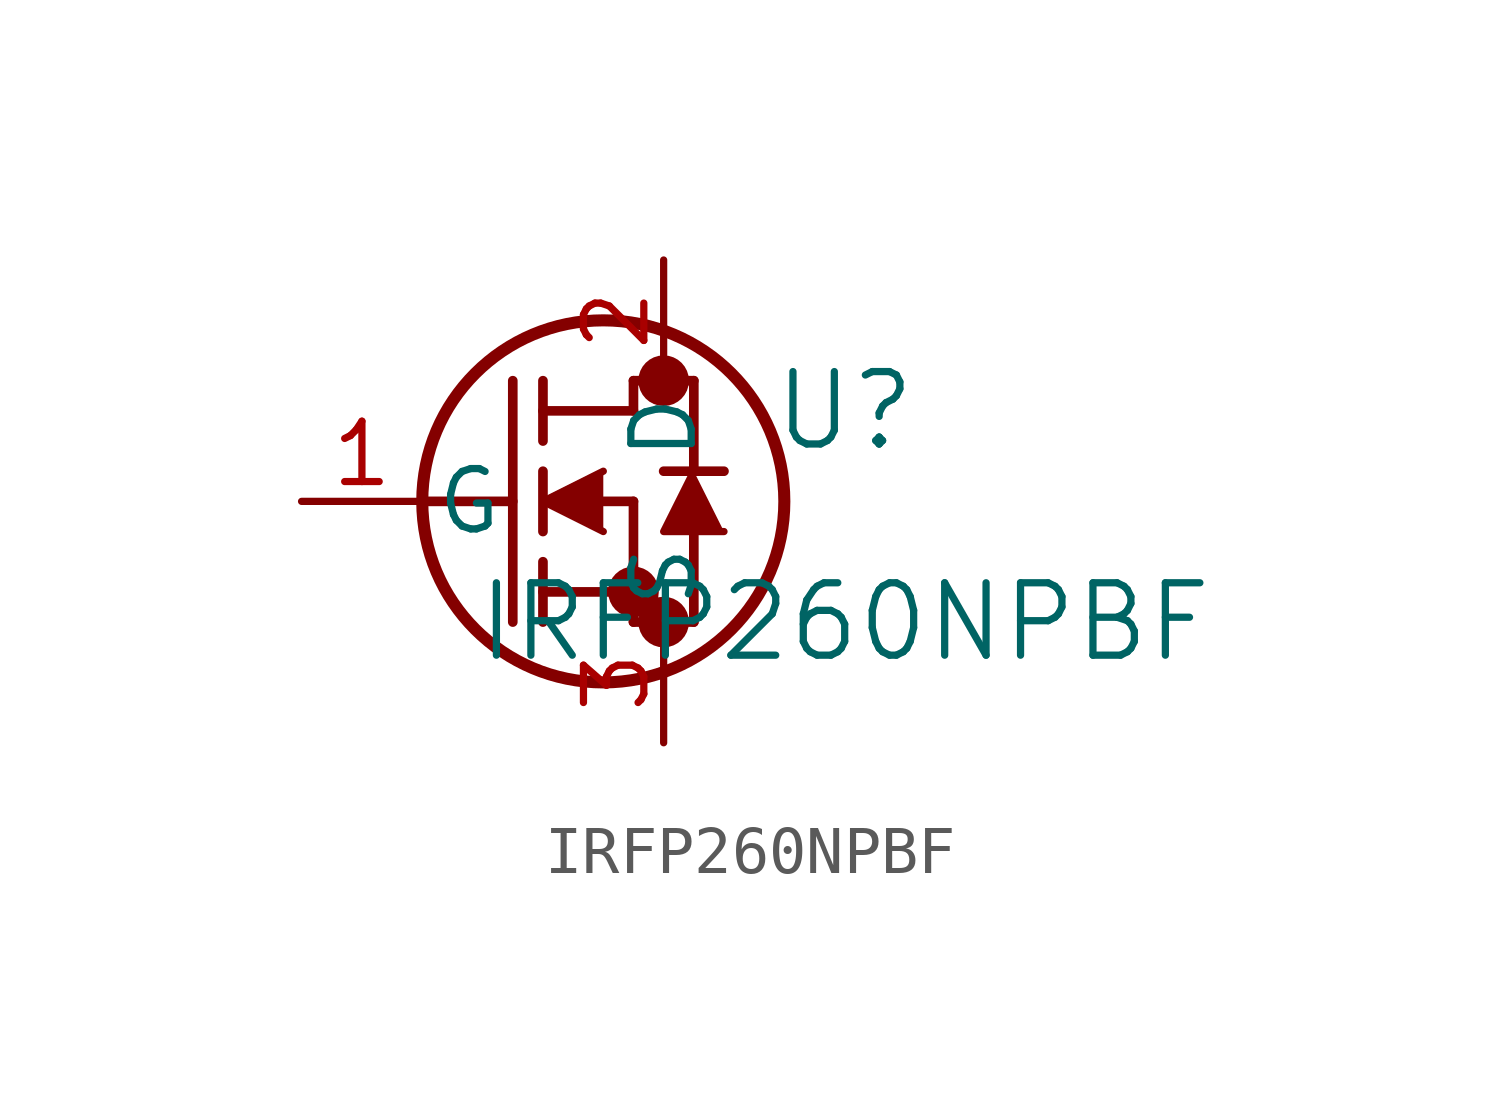
<source format=kicad_sym>
(kicad_symbol_lib
  (version 20211014)
  (generator kicad_symbol_editor)
  (symbol "IRFP260NPBF"
    (pin_names
      (offset 0.254))
    (property "Reference" "U"
      (at 11.43 1.905 0)
      (effects (font (size 1.524 1.524))))
    (property "Value" "IRFP260NPBF"
      (at 11.43 -2.54 0)
      (effects (font (size 1.524 1.524))))
    (symbol "IRFP260NPBF_0_1"
      (circle (center 7.62 2.54) (radius 0.025) (stroke (width 0.508) (type default) (color 0 0 0 0)) (fill (type none)))
      (circle (center 7.62 -2.54) (radius 0.025) (stroke (width 0.508) (type default) (color 0 0 0 0)) (fill (type none)))
      (circle (center 6.985 -1.905) (radius 0.025) (stroke (width 0.508) (type default) (color 0 0 0 0)) (fill (type none)))
      (circle (center 6.35 0) (radius 3.81) (stroke (width 0.254) (type default) (color 0 0 0 0)) (fill (type none)))
      (polyline (pts (xy 2.54 0) (xy 4.445 0)) (stroke (width 0.203) (type default) (color 0 0 0 0)) (fill (type none)))
      (polyline (pts (xy 4.445 -2.54) (xy 4.445 2.54)) (stroke (width 0.203) (type default) (color 0 0 0 0)) (fill (type none)))
      (polyline (pts (xy 5.08 -0.635) (xy 5.08 0.635)) (stroke (width 0.203) (type default) (color 0 0 0 0)) (fill (type none)))
      (polyline (pts (xy 5.08 -2.54) (xy 5.08 -1.27)) (stroke (width 0.203) (type default) (color 0 0 0 0)) (fill (type none)))
      (polyline (pts (xy 5.08 1.27) (xy 5.08 2.54)) (stroke (width 0.203) (type default) (color 0 0 0 0)) (fill (type none)))
      (polyline (pts (xy 6.35 0) (xy 6.985 0)) (stroke (width 0.203) (type default) (color 0 0 0 0)) (fill (type none)))
      (polyline (pts (xy 5.08 -1.905) (xy 6.985 -1.905)) (stroke (width 0.203) (type default) (color 0 0 0 0)) (fill (type none)))
      (polyline (pts (xy 6.985 -2.54) (xy 6.985 0)) (stroke (width 0.203) (type default) (color 0 0 0 0)) (fill (type none)))
      (polyline (pts (xy 6.985 -2.54) (xy 8.255 -2.54)) (stroke (width 0.203) (type default) (color 0 0 0 0)) (fill (type none)))
      (polyline (pts (xy 5.08 1.905) (xy 6.985 1.905)) (stroke (width 0.203) (type default) (color 0 0 0 0)) (fill (type none)))
      (polyline (pts (xy 8.255 0.635) (xy 8.255 2.54)) (stroke (width 0.203) (type default) (color 0 0 0 0)) (fill (type none)))
      (polyline (pts (xy 6.35 0.635) (xy 5.08 0) (xy 6.35 -0.635)) (stroke (width 0) (type default) (color 0 0 0 0)) (fill (type outline)))
      (polyline (pts (xy 8.89 -0.635) (xy 7.62 -0.635) (xy 8.255 0.635)) (stroke (width 0) (type default) (color 0 0 0 0)) (fill (type outline)))
      (polyline (pts (xy 8.255 -2.54) (xy 8.255 -0.635)) (stroke (width 0.203) (type default) (color 0 0 0 0)) (fill (type none)))
      (polyline (pts (xy 8.89 0.635) (xy 7.62 0.635)) (stroke (width 0.203) (type default) (color 0 0 0 0)) (fill (type none)))
      (polyline (pts (xy 6.985 2.54) (xy 8.255 2.54)) (stroke (width 0.203) (type default) (color 0 0 0 0)) (fill (type none)))
      (polyline (pts (xy 6.985 1.905) (xy 6.985 2.54)) (stroke (width 0.203) (type default) (color 0 0 0 0)) (fill (type none)))
      (pin unspecified line (at 0 0 0) (length 2.54) (name "G" (effects (font (size 1.27 1.27)))) (number "1" (effects (font (size 1.27 1.27)))))
      (pin unspecified line (at 7.62 5.08 270) (length 2.54) (name "D" (effects (font (size 1.27 1.27)))) (number "2" (effects (font (size 1.27 1.27)))))
      (pin unspecified line (at 7.62 -5.08 90) (length 2.54) (name "S" (effects (font (size 1.27 1.27)))) (number "3" (effects (font (size 1.27 1.27))))))))
</source>
